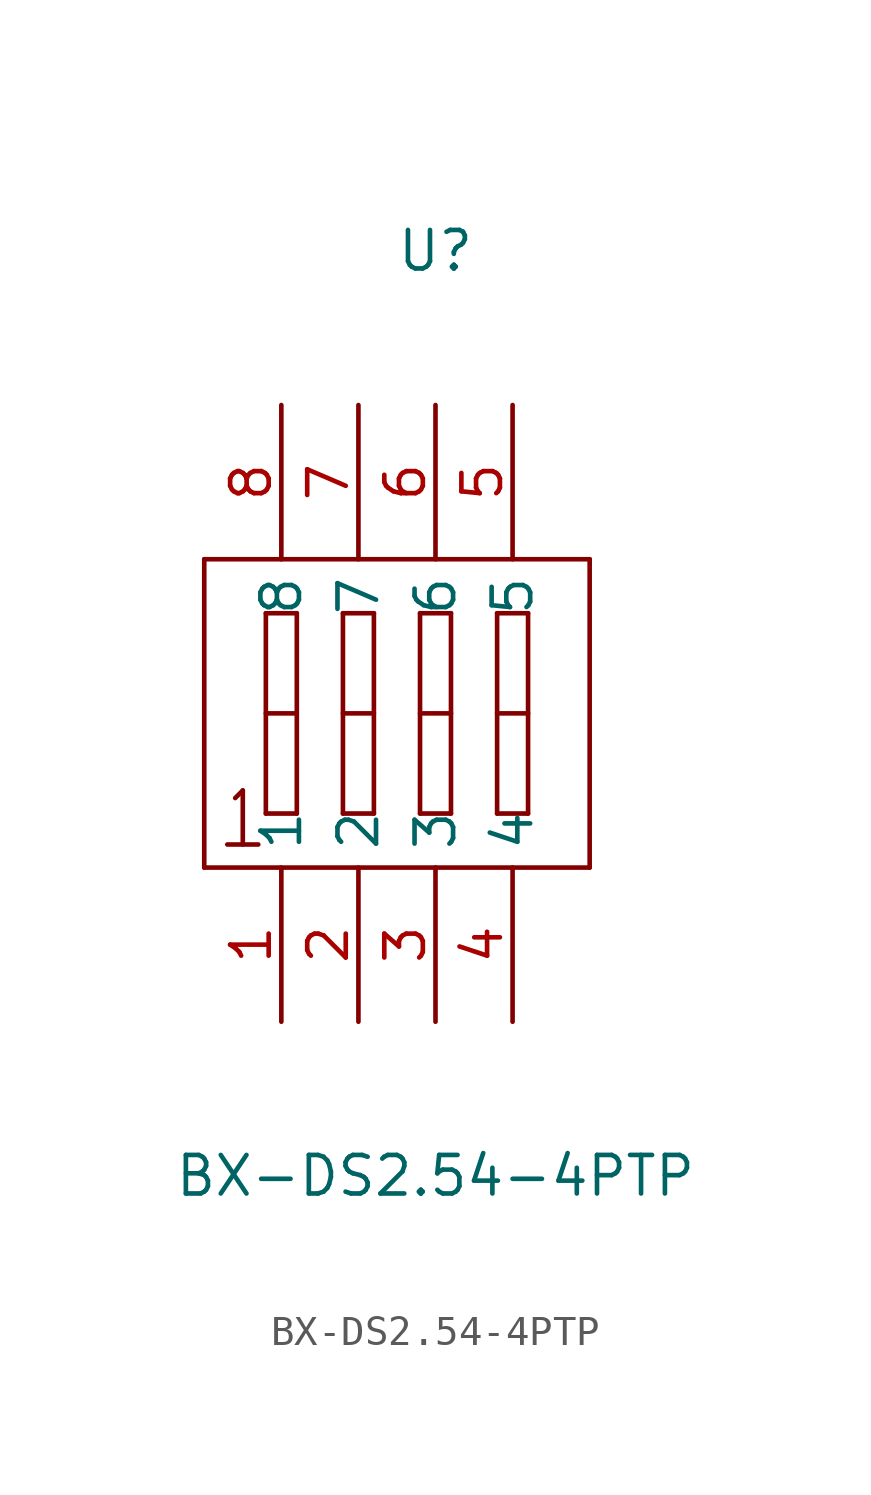
<source format=kicad_sym>
(kicad_symbol_lib
  (version 20211014)
  (generator https://github.com/uPesy/easyeda2kicad.py)
  (symbol "BX-DS2.54-4PTP"
    (property "Reference" "U"
      (at 0 15.24 0)
      (effects (font (size 1.27 1.27))))
    (property "Value" "BX-DS2.54-4PTP"
      (at 0 -15.24 0)
      (effects (font (size 1.27 1.27))))
    (symbol "BX-DS2.54-4PTP_0_1"
      (polyline (pts (xy 2.03 -3.30) (xy 2.03 3.30)) (stroke (width 0) (type default) (color 0 0 0 0)) (fill (type none)))
      (polyline (pts (xy 2.03 3.30) (xy 3.05 3.30)) (stroke (width 0) (type default) (color 0 0 0 0)) (fill (type none)))
      (polyline (pts (xy 3.05 3.30) (xy 3.05 -3.30)) (stroke (width 0) (type default) (color 0 0 0 0)) (fill (type none)))
      (polyline (pts (xy 3.05 -3.30) (xy 2.03 -3.30)) (stroke (width 0) (type default) (color 0 0 0 0)) (fill (type none)))
      (polyline (pts (xy 2.03 -0.00) (xy 3.05 -0.00)) (stroke (width 0) (type default) (color 0 0 0 0)) (fill (type none)))
      (polyline (pts (xy -7.62 5.08) (xy -7.62 -5.08)) (stroke (width 0) (type default) (color 0 0 0 0)) (fill (type none)))
      (polyline (pts (xy 5.08 5.08) (xy -7.62 5.08)) (stroke (width 0) (type default) (color 0 0 0 0)) (fill (type none)))
      (polyline (pts (xy 5.08 -5.08) (xy 5.08 5.08)) (stroke (width 0) (type default) (color 0 0 0 0)) (fill (type none)))
      (polyline (pts (xy -7.62 -5.08) (xy 5.08 -5.08)) (stroke (width 0) (type default) (color 0 0 0 0)) (fill (type none)))
      (polyline (pts (xy -0.51 -0.00) (xy 0.51 -0.00)) (stroke (width 0) (type default) (color 0 0 0 0)) (fill (type none)))
      (polyline (pts (xy 0.51 -3.30) (xy -0.51 -3.30)) (stroke (width 0) (type default) (color 0 0 0 0)) (fill (type none)))
      (polyline (pts (xy 0.51 3.30) (xy 0.51 -3.30)) (stroke (width 0) (type default) (color 0 0 0 0)) (fill (type none)))
      (polyline (pts (xy -0.51 3.30) (xy 0.51 3.30)) (stroke (width 0) (type default) (color 0 0 0 0)) (fill (type none)))
      (polyline (pts (xy -0.51 -3.30) (xy -0.51 3.30)) (stroke (width 0) (type default) (color 0 0 0 0)) (fill (type none)))
      (polyline (pts (xy -3.05 -0.00) (xy -2.03 -0.00)) (stroke (width 0) (type default) (color 0 0 0 0)) (fill (type none)))
      (polyline (pts (xy -2.03 -3.30) (xy -3.05 -3.30)) (stroke (width 0) (type default) (color 0 0 0 0)) (fill (type none)))
      (polyline (pts (xy -2.03 3.30) (xy -2.03 -3.30)) (stroke (width 0) (type default) (color 0 0 0 0)) (fill (type none)))
      (polyline (pts (xy -3.05 3.30) (xy -2.03 3.30)) (stroke (width 0) (type default) (color 0 0 0 0)) (fill (type none)))
      (polyline (pts (xy -3.05 -3.30) (xy -3.05 3.30)) (stroke (width 0) (type default) (color 0 0 0 0)) (fill (type none)))
      (polyline (pts (xy -5.84 -4.32) (xy -6.86 -4.32)) (stroke (width 0) (type default) (color 0 0 0 0)) (fill (type none)))
      (polyline (pts (xy -6.35 -2.54) (xy -6.35 -4.32)) (stroke (width 0) (type default) (color 0 0 0 0)) (fill (type none)))
      (polyline (pts (xy -6.60 -2.79) (xy -6.35 -2.54)) (stroke (width 0) (type default) (color 0 0 0 0)) (fill (type none)))
      (polyline (pts (xy -5.59 -0.00) (xy -4.57 -0.00)) (stroke (width 0) (type default) (color 0 0 0 0)) (fill (type none)))
      (polyline (pts (xy -4.57 -3.30) (xy -5.59 -3.30)) (stroke (width 0) (type default) (color 0 0 0 0)) (fill (type none)))
      (polyline (pts (xy -4.57 3.30) (xy -4.57 -3.30)) (stroke (width 0) (type default) (color 0 0 0 0)) (fill (type none)))
      (polyline (pts (xy -5.59 3.30) (xy -4.57 3.30)) (stroke (width 0) (type default) (color 0 0 0 0)) (fill (type none)))
      (polyline (pts (xy -5.59 -3.30) (xy -5.59 3.30)) (stroke (width 0) (type default) (color 0 0 0 0)) (fill (type none)))
      (pin input line (at 2.54 -10.16 90) (length 5.08) (name "4" (effects (font (size 1.27 1.27)))) (number "4" (effects (font (size 1.27 1.27)))))
      (pin input line (at 2.54 10.16 270) (length 5.08) (name "5" (effects (font (size 1.27 1.27)))) (number "5" (effects (font (size 1.27 1.27)))))
      (pin input line (at 0.00 10.16 270) (length 5.08) (name "6" (effects (font (size 1.27 1.27)))) (number "6" (effects (font (size 1.27 1.27)))))
      (pin input line (at -2.54 10.16 270) (length 5.08) (name "7" (effects (font (size 1.27 1.27)))) (number "7" (effects (font (size 1.27 1.27)))))
      (pin input line (at -5.08 10.16 270) (length 5.08) (name "8" (effects (font (size 1.27 1.27)))) (number "8" (effects (font (size 1.27 1.27)))))
      (pin input line (at 0.00 -10.16 90) (length 5.08) (name "3" (effects (font (size 1.27 1.27)))) (number "3" (effects (font (size 1.27 1.27)))))
      (pin input line (at -2.54 -10.16 90) (length 5.08) (name "2" (effects (font (size 1.27 1.27)))) (number "2" (effects (font (size 1.27 1.27)))))
      (pin input line (at -5.08 -10.16 90) (length 5.08) (name "1" (effects (font (size 1.27 1.27)))) (number "1" (effects (font (size 1.27 1.27))))))))
</source>
